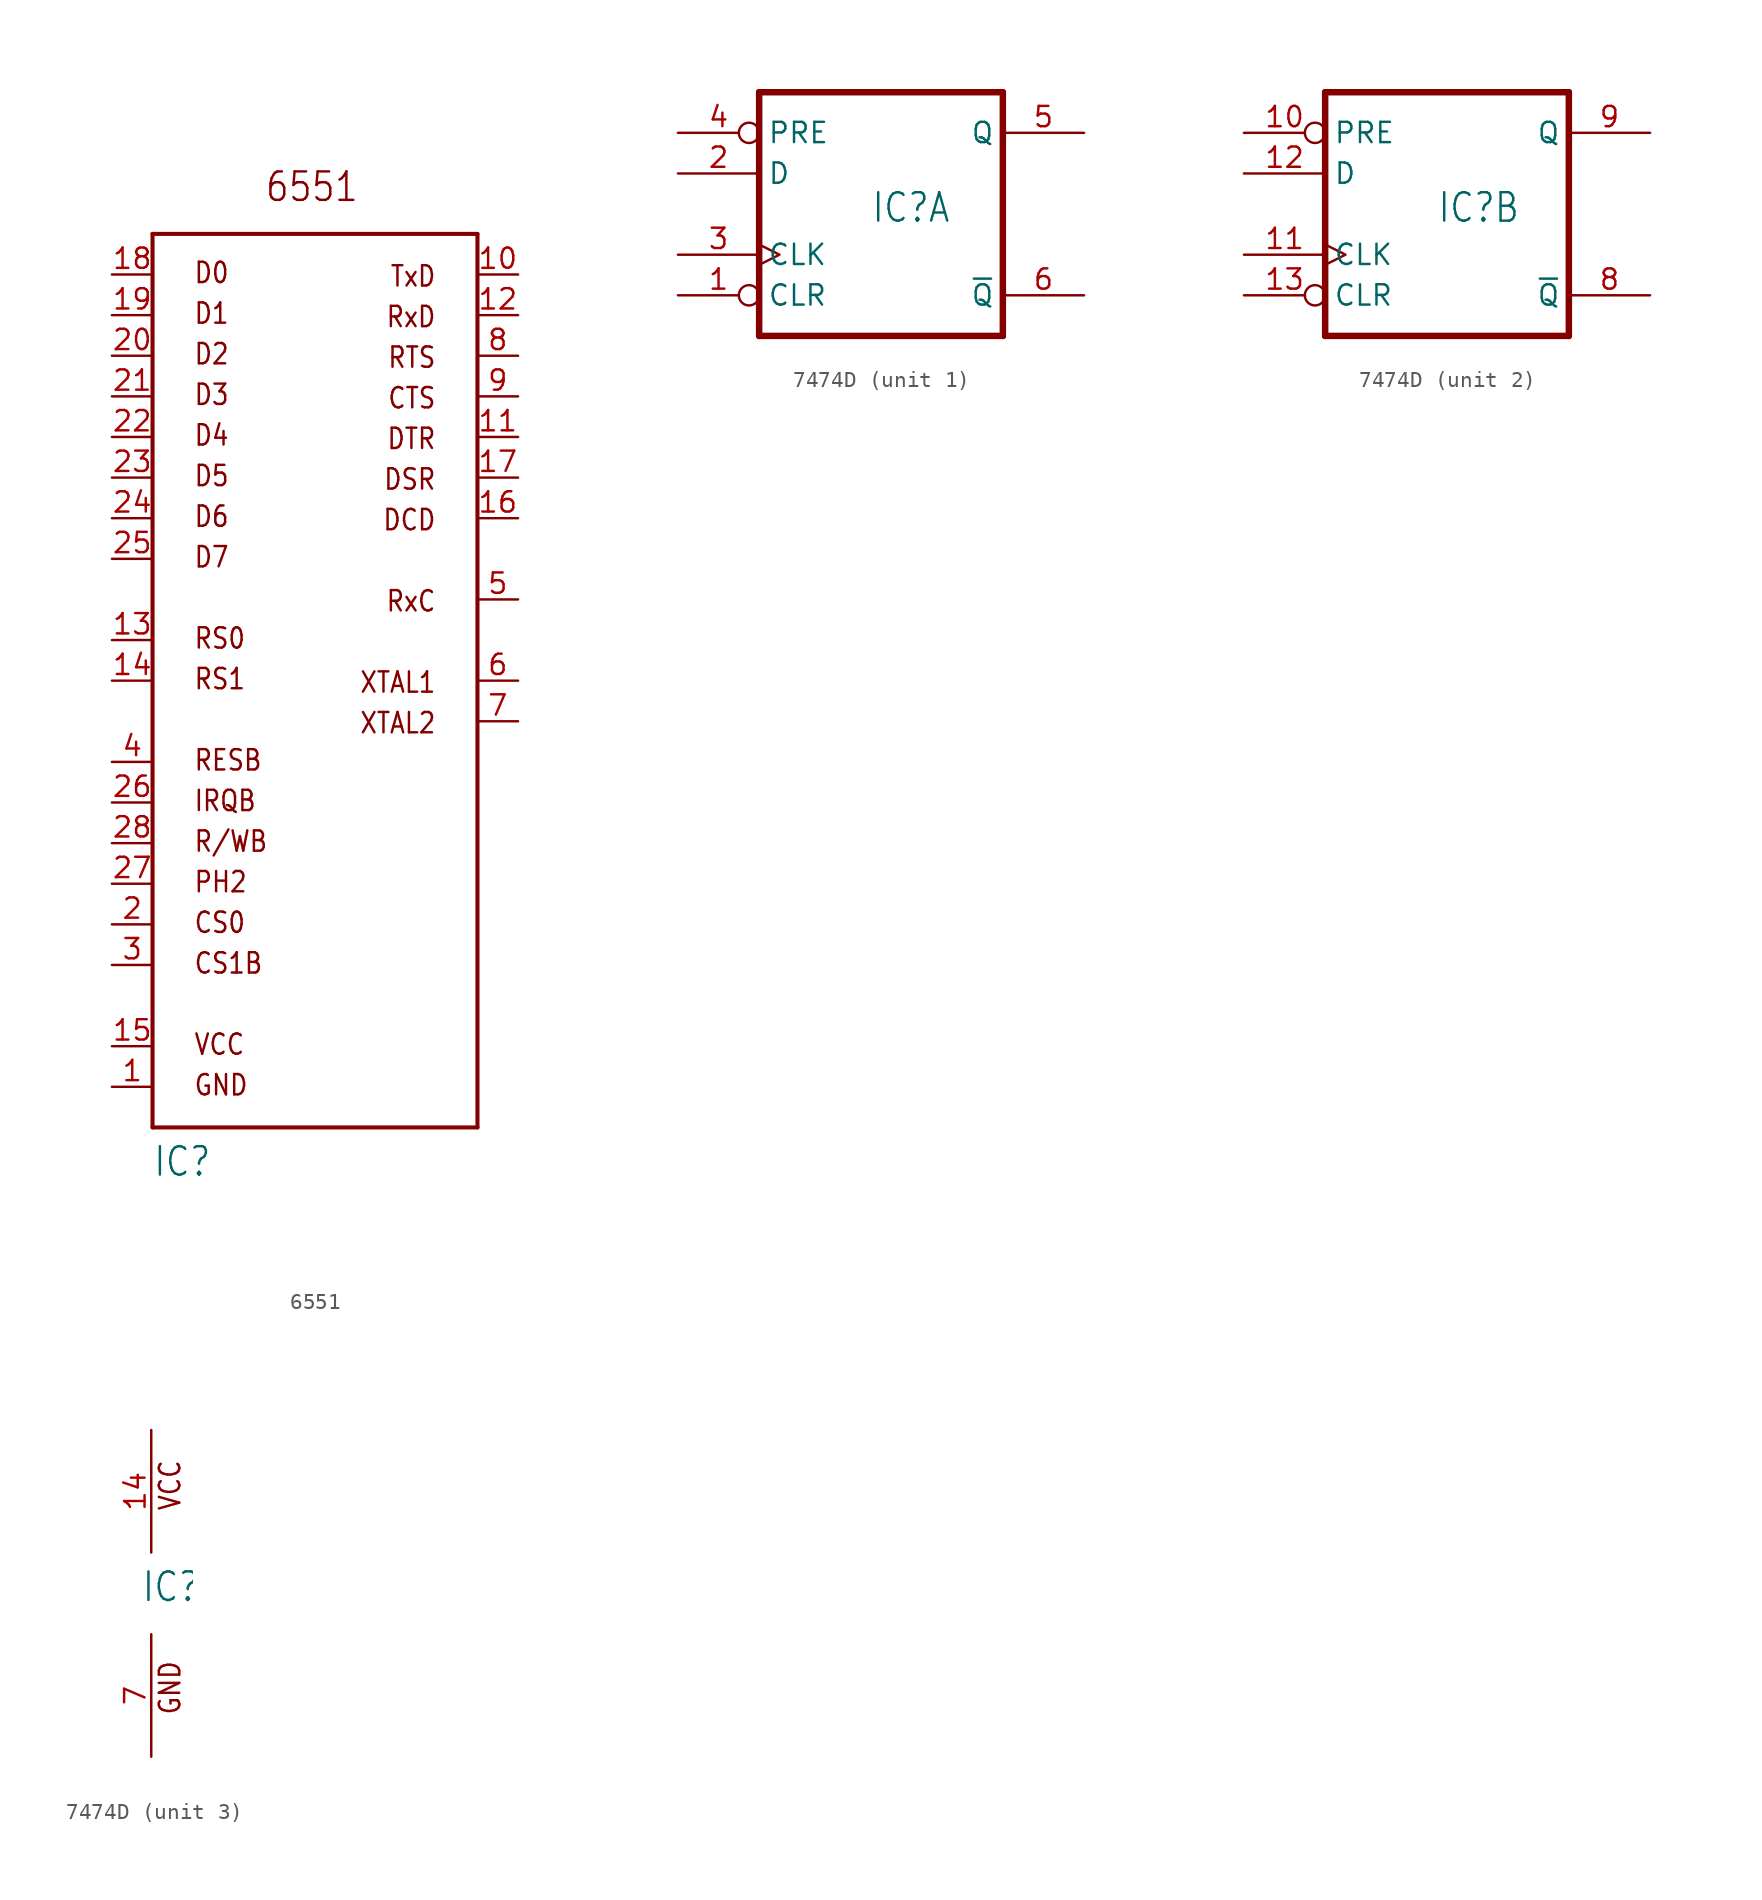
<source format=kicad_sym>
(kicad_symbol_lib
  (version 20211014)
  (generator kicad_symbol_editor)
  (symbol "6551"
    (property "Reference" "IC"
      (at -5.08 -41.275 0)
      (effects (font (size 1.778 1.511)) (justify left bottom)))
    (property "ki_locked" ""
      (at 0 0 0)
      (effects (font (size 1.27 1.27))))
    (symbol "6551_1_0"
      (polyline (pts (xy -5.08 -38.1) (xy 15.24 -38.1)) (stroke (width 0.254) (type default) (color 0 0 0 0)) (fill (type none)))
      (polyline (pts (xy -5.08 17.78) (xy -5.08 -38.1)) (stroke (width 0.254) (type default) (color 0 0 0 0)) (fill (type none)))
      (polyline (pts (xy -5.08 17.78) (xy 15.24 17.78)) (stroke (width 0.254) (type default) (color 0 0 0 0)) (fill (type none)))
      (polyline (pts (xy 15.24 -38.1) (xy 15.24 17.78)) (stroke (width 0.254) (type default) (color 0 0 0 0)) (fill (type none)))
      (text "6551" (at 1.905 19.685 0) (effects (font (size 1.778 1.511)) (justify left bottom)))
      (text "CS0" (at -2.54 -26.035 0) (effects (font (size 1.27 1.079)) (justify left bottom)))
      (text "CS1B" (at -2.54 -28.575 0) (effects (font (size 1.27 1.079)) (justify left bottom)))
      (text "CTS" (at 12.7 8.255 0) (effects (font (size 1.27 1.079)) (justify right top)))
      (text "D0" (at -2.54 14.605 0) (effects (font (size 1.27 1.079)) (justify left bottom)))
      (text "D1" (at -2.54 12.065 0) (effects (font (size 1.27 1.079)) (justify left bottom)))
      (text "D2" (at -2.54 9.525 0) (effects (font (size 1.27 1.079)) (justify left bottom)))
      (text "D3" (at -2.54 6.985 0) (effects (font (size 1.27 1.079)) (justify left bottom)))
      (text "D4" (at -2.54 4.445 0) (effects (font (size 1.27 1.079)) (justify left bottom)))
      (text "D5" (at -2.54 1.905 0) (effects (font (size 1.27 1.079)) (justify left bottom)))
      (text "D6" (at -2.54 -0.635 0) (effects (font (size 1.27 1.079)) (justify left bottom)))
      (text "D7" (at -2.54 -3.175 0) (effects (font (size 1.27 1.079)) (justify left bottom)))
      (text "DCD" (at 12.7 0.635 0) (effects (font (size 1.27 1.079)) (justify right top)))
      (text "DSR" (at 12.7 3.175 0) (effects (font (size 1.27 1.079)) (justify right top)))
      (text "DTR" (at 12.7 5.715 0) (effects (font (size 1.27 1.079)) (justify right top)))
      (text "GND" (at -2.54 -36.195 0) (effects (font (size 1.27 1.079)) (justify left bottom)))
      (text "IRQB" (at -2.54 -18.415 0) (effects (font (size 1.27 1.079)) (justify left bottom)))
      (text "PH2" (at -2.54 -23.495 0) (effects (font (size 1.27 1.079)) (justify left bottom)))
      (text "R/WB" (at -2.54 -20.955 0) (effects (font (size 1.27 1.079)) (justify left bottom)))
      (text "RESB" (at -2.54 -15.875 0) (effects (font (size 1.27 1.079)) (justify left bottom)))
      (text "RS0" (at -2.54 -8.255 0) (effects (font (size 1.27 1.079)) (justify left bottom)))
      (text "RS1" (at -2.54 -10.795 0) (effects (font (size 1.27 1.079)) (justify left bottom)))
      (text "RTS" (at 12.7 10.795 0) (effects (font (size 1.27 1.079)) (justify right top)))
      (text "RxC" (at 12.7 -4.445 0) (effects (font (size 1.27 1.079)) (justify right top)))
      (text "RxD" (at 12.7 13.335 0) (effects (font (size 1.27 1.079)) (justify right top)))
      (text "TxD" (at 12.7 15.875 0) (effects (font (size 1.27 1.079)) (justify right top)))
      (text "VCC" (at -2.54 -33.655 0) (effects (font (size 1.27 1.079)) (justify left bottom)))
      (text "XTAL1" (at 12.7 -9.525 0) (effects (font (size 1.27 1.079)) (justify right top)))
      (text "XTAL2" (at 12.7 -12.065 0) (effects (font (size 1.27 1.079)) (justify right top)))
      (pin passive line (at -7.62 -35.56 0) (length 2.54) (name "1" (effects (font (size 0 0)))) (number "1" (effects (font (size 1.27 1.27)))))
      (pin passive line (at 17.78 15.24 180) (length 2.54) (name "10" (effects (font (size 0 0)))) (number "10" (effects (font (size 1.27 1.27)))))
      (pin passive line (at 17.78 5.08 180) (length 2.54) (name "11" (effects (font (size 0 0)))) (number "11" (effects (font (size 1.27 1.27)))))
      (pin passive line (at 17.78 12.7 180) (length 2.54) (name "12" (effects (font (size 0 0)))) (number "12" (effects (font (size 1.27 1.27)))))
      (pin passive line (at -7.62 -7.62 0) (length 2.54) (name "13" (effects (font (size 0 0)))) (number "13" (effects (font (size 1.27 1.27)))))
      (pin passive line (at -7.62 -10.16 0) (length 2.54) (name "14" (effects (font (size 0 0)))) (number "14" (effects (font (size 1.27 1.27)))))
      (pin passive line (at -7.62 -33.02 0) (length 2.54) (name "15" (effects (font (size 0 0)))) (number "15" (effects (font (size 1.27 1.27)))))
      (pin passive line (at 17.78 0 180) (length 2.54) (name "16" (effects (font (size 0 0)))) (number "16" (effects (font (size 1.27 1.27)))))
      (pin passive line (at 17.78 2.54 180) (length 2.54) (name "17" (effects (font (size 0 0)))) (number "17" (effects (font (size 1.27 1.27)))))
      (pin passive line (at -7.62 15.24 0) (length 2.54) (name "18" (effects (font (size 0 0)))) (number "18" (effects (font (size 1.27 1.27)))))
      (pin passive line (at -7.62 12.7 0) (length 2.54) (name "19" (effects (font (size 0 0)))) (number "19" (effects (font (size 1.27 1.27)))))
      (pin passive line (at -7.62 -25.4 0) (length 2.54) (name "2" (effects (font (size 0 0)))) (number "2" (effects (font (size 1.27 1.27)))))
      (pin passive line (at -7.62 10.16 0) (length 2.54) (name "20" (effects (font (size 0 0)))) (number "20" (effects (font (size 1.27 1.27)))))
      (pin passive line (at -7.62 7.62 0) (length 2.54) (name "21" (effects (font (size 0 0)))) (number "21" (effects (font (size 1.27 1.27)))))
      (pin passive line (at -7.62 5.08 0) (length 2.54) (name "22" (effects (font (size 0 0)))) (number "22" (effects (font (size 1.27 1.27)))))
      (pin passive line (at -7.62 2.54 0) (length 2.54) (name "23" (effects (font (size 0 0)))) (number "23" (effects (font (size 1.27 1.27)))))
      (pin passive line (at -7.62 0 0) (length 2.54) (name "24" (effects (font (size 0 0)))) (number "24" (effects (font (size 1.27 1.27)))))
      (pin passive line (at -7.62 -2.54 0) (length 2.54) (name "25" (effects (font (size 0 0)))) (number "25" (effects (font (size 1.27 1.27)))))
      (pin passive line (at -7.62 -17.78 0) (length 2.54) (name "26" (effects (font (size 0 0)))) (number "26" (effects (font (size 1.27 1.27)))))
      (pin passive line (at -7.62 -22.86 0) (length 2.54) (name "27" (effects (font (size 0 0)))) (number "27" (effects (font (size 1.27 1.27)))))
      (pin passive line (at -7.62 -20.32 0) (length 2.54) (name "28" (effects (font (size 0 0)))) (number "28" (effects (font (size 1.27 1.27)))))
      (pin passive line (at -7.62 -27.94 0) (length 2.54) (name "3" (effects (font (size 0 0)))) (number "3" (effects (font (size 1.27 1.27)))))
      (pin passive line (at -7.62 -15.24 0) (length 2.54) (name "4" (effects (font (size 0 0)))) (number "4" (effects (font (size 1.27 1.27)))))
      (pin passive line (at 17.78 -5.08 180) (length 2.54) (name "5" (effects (font (size 0 0)))) (number "5" (effects (font (size 1.27 1.27)))))
      (pin passive line (at 17.78 -10.16 180) (length 2.54) (name "6" (effects (font (size 0 0)))) (number "6" (effects (font (size 1.27 1.27)))))
      (pin passive line (at 17.78 -12.7 180) (length 2.54) (name "7" (effects (font (size 0 0)))) (number "7" (effects (font (size 1.27 1.27)))))
      (pin passive line (at 17.78 10.16 180) (length 2.54) (name "8" (effects (font (size 0 0)))) (number "8" (effects (font (size 1.27 1.27)))))
      (pin passive line (at 17.78 7.62 180) (length 2.54) (name "9" (effects (font (size 0 0)))) (number "9" (effects (font (size 1.27 1.27)))))))
  (symbol "7474D"
    (property "Reference" "IC"
      (at -0.635 -0.635 0)
      (effects (font (size 1.778 1.511)) (justify left bottom)))
    (property "ki_locked" ""
      (at 0 0 0)
      (effects (font (size 1.27 1.27))))
    (symbol "7474D_1_0"
      (polyline (pts (xy -7.62 -7.62) (xy 7.62 -7.62)) (stroke (width 0.406) (type default) (color 0 0 0 0)) (fill (type none)))
      (polyline (pts (xy -7.62 7.62) (xy -7.62 -7.62)) (stroke (width 0.406) (type default) (color 0 0 0 0)) (fill (type none)))
      (polyline (pts (xy 7.62 -7.62) (xy 7.62 7.62)) (stroke (width 0.406) (type default) (color 0 0 0 0)) (fill (type none)))
      (polyline (pts (xy 7.62 7.62) (xy -7.62 7.62)) (stroke (width 0.406) (type default) (color 0 0 0 0)) (fill (type none)))
      (pin input inverted (at -12.7 -5.08 0) (length 5.08) (name "CLR" (effects (font (size 1.27 1.27)))) (number "1" (effects (font (size 1.27 1.27)))))
      (pin input line (at -12.7 2.54 0) (length 5.08) (name "D" (effects (font (size 1.27 1.27)))) (number "2" (effects (font (size 1.27 1.27)))))
      (pin input clock (at -12.7 -2.54 0) (length 5.08) (name "CLK" (effects (font (size 1.27 1.27)))) (number "3" (effects (font (size 1.27 1.27)))))
      (pin input inverted (at -12.7 5.08 0) (length 5.08) (name "PRE" (effects (font (size 1.27 1.27)))) (number "4" (effects (font (size 1.27 1.27)))))
      (pin output line (at 12.7 5.08 180) (length 5.08) (name "Q" (effects (font (size 1.27 1.27)))) (number "5" (effects (font (size 1.27 1.27)))))
      (pin output line (at 12.7 -5.08 180) (length 5.08) (name "~{Q}" (effects (font (size 1.27 1.27)))) (number "6" (effects (font (size 1.27 1.27))))))
    (symbol "7474D_2_0"
      (polyline (pts (xy -7.62 -7.62) (xy 7.62 -7.62)) (stroke (width 0.406) (type default) (color 0 0 0 0)) (fill (type none)))
      (polyline (pts (xy -7.62 7.62) (xy -7.62 -7.62)) (stroke (width 0.406) (type default) (color 0 0 0 0)) (fill (type none)))
      (polyline (pts (xy 7.62 -7.62) (xy 7.62 7.62)) (stroke (width 0.406) (type default) (color 0 0 0 0)) (fill (type none)))
      (polyline (pts (xy 7.62 7.62) (xy -7.62 7.62)) (stroke (width 0.406) (type default) (color 0 0 0 0)) (fill (type none)))
      (pin input inverted (at -12.7 5.08 0) (length 5.08) (name "PRE" (effects (font (size 1.27 1.27)))) (number "10" (effects (font (size 1.27 1.27)))))
      (pin input clock (at -12.7 -2.54 0) (length 5.08) (name "CLK" (effects (font (size 1.27 1.27)))) (number "11" (effects (font (size 1.27 1.27)))))
      (pin input line (at -12.7 2.54 0) (length 5.08) (name "D" (effects (font (size 1.27 1.27)))) (number "12" (effects (font (size 1.27 1.27)))))
      (pin input inverted (at -12.7 -5.08 0) (length 5.08) (name "CLR" (effects (font (size 1.27 1.27)))) (number "13" (effects (font (size 1.27 1.27)))))
      (pin output line (at 12.7 -5.08 180) (length 5.08) (name "~{Q}" (effects (font (size 1.27 1.27)))) (number "8" (effects (font (size 1.27 1.27)))))
      (pin output line (at 12.7 5.08 180) (length 5.08) (name "Q" (effects (font (size 1.27 1.27)))) (number "9" (effects (font (size 1.27 1.27))))))
    (symbol "7474D_3_0"
      (text "GND" (at 1.905 -7.62 900) (effects (font (size 1.27 1.079)) (justify left bottom)))
      (text "VCC" (at 1.905 5.08 900) (effects (font (size 1.27 1.079)) (justify left bottom)))
      (pin power_in line (at 0 10.16 270) (length 7.62) (name "VCC" (effects (font (size 0 0)))) (number "14" (effects (font (size 1.27 1.27)))))
      (pin power_in line (at 0 -10.16 90) (length 7.62) (name "GND" (effects (font (size 0 0)))) (number "7" (effects (font (size 1.27 1.27))))))))
</source>
